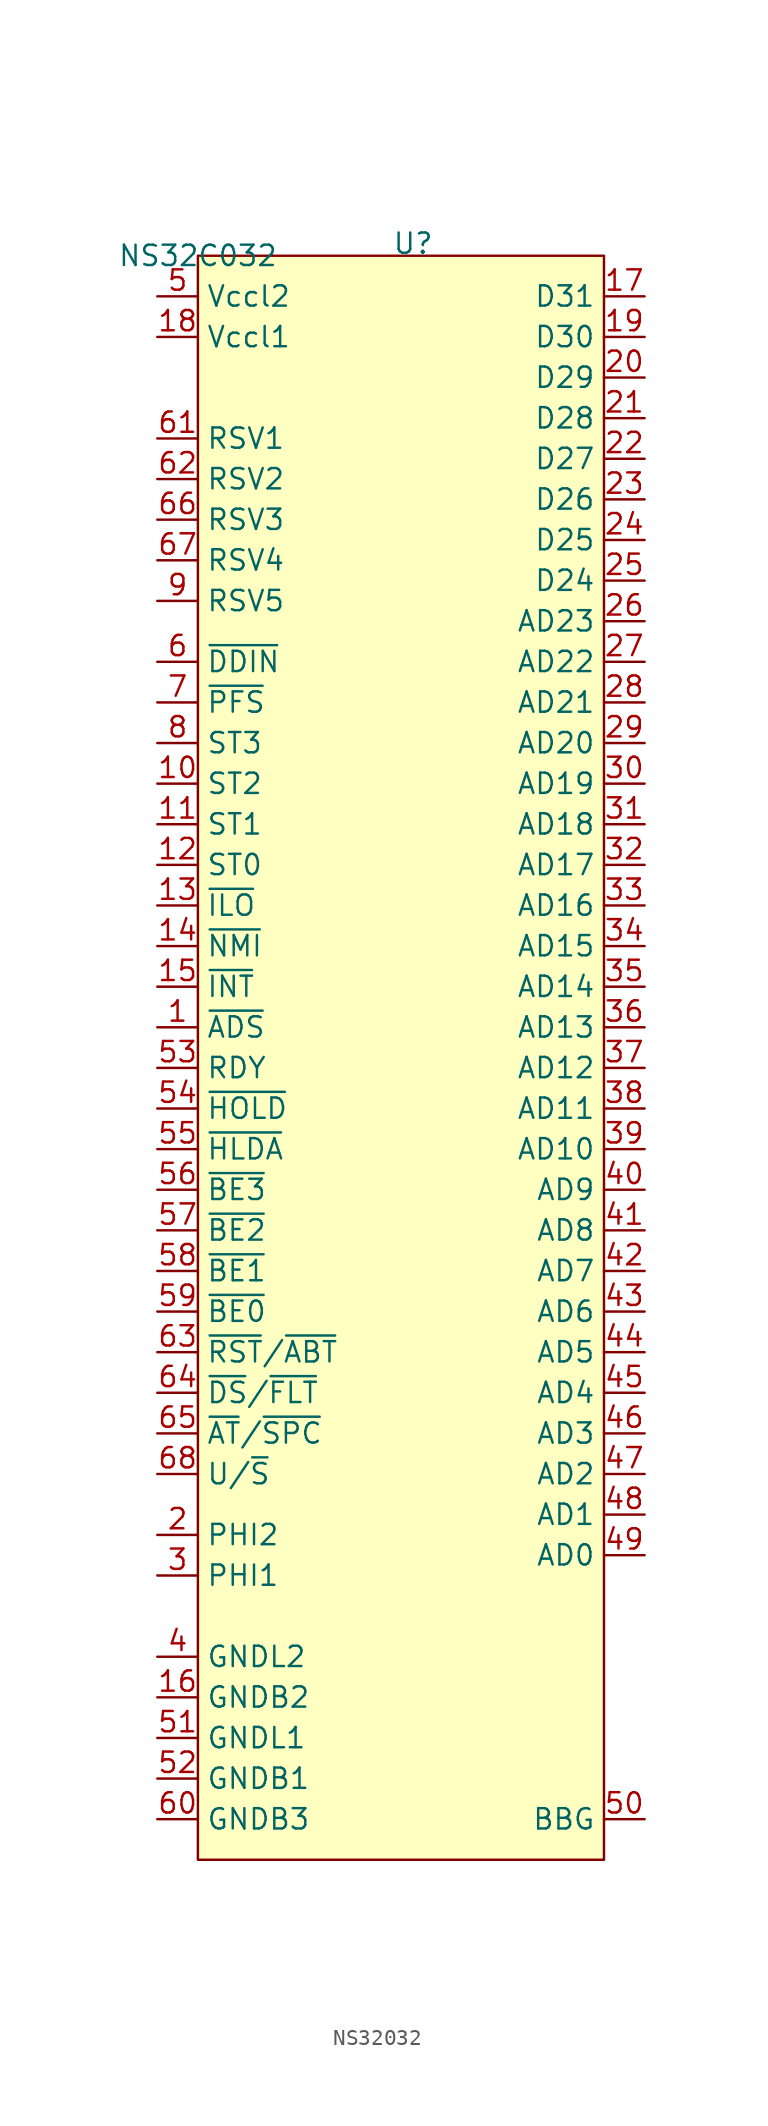
<source format=kicad_sym>
(kicad_symbol_lib
  (version 20241209)
  (generator "kicad_symbol_editor")
  (generator_version "9.0")
  (symbol "NS32032 "
    (property "Reference" "U"
      (at 13.462 0.762 0)
      (effects (font (size 1.27 1.27))))
    (property "Value" "NS32C032"
      (at 0 0 0)
      (effects (font (size 1.27 1.27))))
    (symbol "NS32032 _1_1"
      (rectangle (start 0 0) (end 25.4 -100.33) (stroke (width 0) (type solid)) (fill (type background)))
      (pin power_in line (at -2.54 -2.54 0) (length 2.54) (name "Vccl2" (effects (font (size 1.27 1.27)))) (number "5" (effects (font (size 1.27 1.27)))))
      (pin power_in line (at -2.54 -5.08 0) (length 2.54) (name "Vccl1" (effects (font (size 1.27 1.27)))) (number "18" (effects (font (size 1.27 1.27)))))
      (pin input line (at -2.54 -11.43 0) (length 2.54) (name "RSV1" (effects (font (size 1.27 1.27)))) (number "61" (effects (font (size 1.27 1.27)))))
      (pin unspecified line (at -2.54 -13.97 0) (length 2.54) (name "RSV2" (effects (font (size 1.27 1.27)))) (number "62" (effects (font (size 1.27 1.27)))))
      (pin unspecified line (at -2.54 -16.51 0) (length 2.54) (name "RSV3" (effects (font (size 1.27 1.27)))) (number "66" (effects (font (size 1.27 1.27)))))
      (pin unspecified line (at -2.54 -19.05 0) (length 2.54) (name "RSV4" (effects (font (size 1.27 1.27)))) (number "67" (effects (font (size 1.27 1.27)))))
      (pin unspecified line (at -2.54 -21.59 0) (length 2.54) (name "RSV5" (effects (font (size 1.27 1.27)))) (number "9" (effects (font (size 1.27 1.27)))))
      (pin output line (at -2.54 -25.4 0) (length 2.54) (name "~{DDIN}" (effects (font (size 1.27 1.27)))) (number "6" (effects (font (size 1.27 1.27)))))
      (pin output line (at -2.54 -27.94 0) (length 2.54) (name "~{PFS}" (effects (font (size 1.27 1.27)))) (number "7" (effects (font (size 1.27 1.27)))))
      (pin output line (at -2.54 -30.48 0) (length 2.54) (name "ST3" (effects (font (size 1.27 1.27)))) (number "8" (effects (font (size 1.27 1.27)))))
      (pin output line (at -2.54 -33.02 0) (length 2.54) (name "ST2" (effects (font (size 1.27 1.27)))) (number "10" (effects (font (size 1.27 1.27)))))
      (pin output line (at -2.54 -35.56 0) (length 2.54) (name "ST1" (effects (font (size 1.27 1.27)))) (number "11" (effects (font (size 1.27 1.27)))))
      (pin output line (at -2.54 -38.1 0) (length 2.54) (name "ST0" (effects (font (size 1.27 1.27)))) (number "12" (effects (font (size 1.27 1.27)))))
      (pin output line (at -2.54 -40.64 0) (length 2.54) (name "~{ILO}" (effects (font (size 1.27 1.27)))) (number "13" (effects (font (size 1.27 1.27)))))
      (pin input line (at -2.54 -43.18 0) (length 2.54) (name "~{NMI}" (effects (font (size 1.27 1.27)))) (number "14" (effects (font (size 1.27 1.27)))))
      (pin input line (at -2.54 -45.72 0) (length 2.54) (name "~{INT}" (effects (font (size 1.27 1.27)))) (number "15" (effects (font (size 1.27 1.27)))))
      (pin output line (at -2.54 -48.26 0) (length 2.54) (name "~{ADS}" (effects (font (size 1.27 1.27)))) (number "1" (effects (font (size 1.27 1.27)))))
      (pin input line (at -2.54 -50.8 0) (length 2.54) (name "RDY" (effects (font (size 1.27 1.27)))) (number "53" (effects (font (size 1.27 1.27)))))
      (pin input line (at -2.54 -53.34 0) (length 2.54) (name "~{HOLD}" (effects (font (size 1.27 1.27)))) (number "54" (effects (font (size 1.27 1.27)))))
      (pin output line (at -2.54 -55.88 0) (length 2.54) (name "~{HLDA}" (effects (font (size 1.27 1.27)))) (number "55" (effects (font (size 1.27 1.27)))))
      (pin output line (at -2.54 -58.42 0) (length 2.54) (name "~{BE3}" (effects (font (size 1.27 1.27)))) (number "56" (effects (font (size 1.27 1.27)))))
      (pin output line (at -2.54 -60.96 0) (length 2.54) (name "~{BE2}" (effects (font (size 1.27 1.27)))) (number "57" (effects (font (size 1.27 1.27)))))
      (pin output line (at -2.54 -63.5 0) (length 2.54) (name "~{BE1}" (effects (font (size 1.27 1.27)))) (number "58" (effects (font (size 1.27 1.27)))))
      (pin output line (at -2.54 -66.04 0) (length 2.54) (name "~{BE0}" (effects (font (size 1.27 1.27)))) (number "59" (effects (font (size 1.27 1.27)))))
      (pin input line (at -2.54 -68.58 0) (length 2.54) (name "~{RST}/~{ABT}" (effects (font (size 1.27 1.27)))) (number "63" (effects (font (size 1.27 1.27)))))
      (pin output line (at -2.54 -71.12 0) (length 2.54) (name "~{DS}/~{FLT}" (effects (font (size 1.27 1.27)))) (number "64" (effects (font (size 1.27 1.27)))))
      (pin output line (at -2.54 -73.66 0) (length 2.54) (name "~{AT}/~{SPC}" (effects (font (size 1.27 1.27)))) (number "65" (effects (font (size 1.27 1.27)))))
      (pin output line (at -2.54 -76.2 0) (length 2.54) (name "U/~{S}" (effects (font (size 1.27 1.27)))) (number "68" (effects (font (size 1.27 1.27)))))
      (pin input line (at -2.54 -80.01 0) (length 2.54) (name "PHI2" (effects (font (size 1.27 1.27)))) (number "2" (effects (font (size 1.27 1.27)))))
      (pin input line (at -2.54 -82.55 0) (length 2.54) (name "PHI1" (effects (font (size 1.27 1.27)))) (number "3" (effects (font (size 1.27 1.27)))))
      (pin power_in line (at -2.54 -87.63 0) (length 2.54) (name "GNDL2" (effects (font (size 1.27 1.27)))) (number "4" (effects (font (size 1.27 1.27)))))
      (pin power_in line (at -2.54 -90.17 0) (length 2.54) (name "GNDB2" (effects (font (size 1.27 1.27)))) (number "16" (effects (font (size 1.27 1.27)))))
      (pin power_in line (at -2.54 -92.71 0) (length 2.54) (name "GNDL1" (effects (font (size 1.27 1.27)))) (number "51" (effects (font (size 1.27 1.27)))))
      (pin power_in line (at -2.54 -95.25 0) (length 2.54) (name "GNDB1" (effects (font (size 1.27 1.27)))) (number "52" (effects (font (size 1.27 1.27)))))
      (pin power_in line (at -2.54 -97.79 0) (length 2.54) (name "GNDB3" (effects (font (size 1.27 1.27)))) (number "60" (effects (font (size 1.27 1.27)))))
      (pin bidirectional line (at 27.94 -2.54 180) (length 2.54) (name "D31" (effects (font (size 1.27 1.27)))) (number "17" (effects (font (size 1.27 1.27)))))
      (pin bidirectional line (at 27.94 -5.08 180) (length 2.54) (name "D30" (effects (font (size 1.27 1.27)))) (number "19" (effects (font (size 1.27 1.27)))))
      (pin bidirectional line (at 27.94 -7.62 180) (length 2.54) (name "D29" (effects (font (size 1.27 1.27)))) (number "20" (effects (font (size 1.27 1.27)))))
      (pin bidirectional line (at 27.94 -10.16 180) (length 2.54) (name "D28" (effects (font (size 1.27 1.27)))) (number "21" (effects (font (size 1.27 1.27)))))
      (pin bidirectional line (at 27.94 -12.7 180) (length 2.54) (name "D27" (effects (font (size 1.27 1.27)))) (number "22" (effects (font (size 1.27 1.27)))))
      (pin bidirectional line (at 27.94 -15.24 180) (length 2.54) (name "D26" (effects (font (size 1.27 1.27)))) (number "23" (effects (font (size 1.27 1.27)))))
      (pin bidirectional line (at 27.94 -17.78 180) (length 2.54) (name "D25" (effects (font (size 1.27 1.27)))) (number "24" (effects (font (size 1.27 1.27)))))
      (pin bidirectional line (at 27.94 -20.32 180) (length 2.54) (name "D24" (effects (font (size 1.27 1.27)))) (number "25" (effects (font (size 1.27 1.27)))))
      (pin bidirectional line (at 27.94 -22.86 180) (length 2.54) (name "AD23" (effects (font (size 1.27 1.27)))) (number "26" (effects (font (size 1.27 1.27)))))
      (pin bidirectional line (at 27.94 -25.4 180) (length 2.54) (name "AD22" (effects (font (size 1.27 1.27)))) (number "27" (effects (font (size 1.27 1.27)))))
      (pin bidirectional line (at 27.94 -27.94 180) (length 2.54) (name "AD21" (effects (font (size 1.27 1.27)))) (number "28" (effects (font (size 1.27 1.27)))))
      (pin bidirectional line (at 27.94 -30.48 180) (length 2.54) (name "AD20" (effects (font (size 1.27 1.27)))) (number "29" (effects (font (size 1.27 1.27)))))
      (pin bidirectional line (at 27.94 -33.02 180) (length 2.54) (name "AD19" (effects (font (size 1.27 1.27)))) (number "30" (effects (font (size 1.27 1.27)))))
      (pin bidirectional line (at 27.94 -35.56 180) (length 2.54) (name "AD18" (effects (font (size 1.27 1.27)))) (number "31" (effects (font (size 1.27 1.27)))))
      (pin bidirectional line (at 27.94 -38.1 180) (length 2.54) (name "AD17" (effects (font (size 1.27 1.27)))) (number "32" (effects (font (size 1.27 1.27)))))
      (pin bidirectional line (at 27.94 -40.64 180) (length 2.54) (name "AD16" (effects (font (size 1.27 1.27)))) (number "33" (effects (font (size 1.27 1.27)))))
      (pin bidirectional line (at 27.94 -43.18 180) (length 2.54) (name "AD15" (effects (font (size 1.27 1.27)))) (number "34" (effects (font (size 1.27 1.27)))))
      (pin bidirectional line (at 27.94 -45.72 180) (length 2.54) (name "AD14" (effects (font (size 1.27 1.27)))) (number "35" (effects (font (size 1.27 1.27)))))
      (pin bidirectional line (at 27.94 -48.26 180) (length 2.54) (name "AD13" (effects (font (size 1.27 1.27)))) (number "36" (effects (font (size 1.27 1.27)))))
      (pin bidirectional line (at 27.94 -50.8 180) (length 2.54) (name "AD12" (effects (font (size 1.27 1.27)))) (number "37" (effects (font (size 1.27 1.27)))))
      (pin bidirectional line (at 27.94 -53.34 180) (length 2.54) (name "AD11" (effects (font (size 1.27 1.27)))) (number "38" (effects (font (size 1.27 1.27)))))
      (pin bidirectional line (at 27.94 -55.88 180) (length 2.54) (name "AD10" (effects (font (size 1.27 1.27)))) (number "39" (effects (font (size 1.27 1.27)))))
      (pin bidirectional line (at 27.94 -58.42 180) (length 2.54) (name "AD9" (effects (font (size 1.27 1.27)))) (number "40" (effects (font (size 1.27 1.27)))))
      (pin bidirectional line (at 27.94 -60.96 180) (length 2.54) (name "AD8" (effects (font (size 1.27 1.27)))) (number "41" (effects (font (size 1.27 1.27)))))
      (pin bidirectional line (at 27.94 -63.5 180) (length 2.54) (name "AD7" (effects (font (size 1.27 1.27)))) (number "42" (effects (font (size 1.27 1.27)))))
      (pin bidirectional line (at 27.94 -66.04 180) (length 2.54) (name "AD6" (effects (font (size 1.27 1.27)))) (number "43" (effects (font (size 1.27 1.27)))))
      (pin bidirectional line (at 27.94 -68.58 180) (length 2.54) (name "AD5" (effects (font (size 1.27 1.27)))) (number "44" (effects (font (size 1.27 1.27)))))
      (pin bidirectional line (at 27.94 -71.12 180) (length 2.54) (name "AD4" (effects (font (size 1.27 1.27)))) (number "45" (effects (font (size 1.27 1.27)))))
      (pin bidirectional line (at 27.94 -73.66 180) (length 2.54) (name "AD3" (effects (font (size 1.27 1.27)))) (number "46" (effects (font (size 1.27 1.27)))))
      (pin bidirectional line (at 27.94 -76.2 180) (length 2.54) (name "AD2" (effects (font (size 1.27 1.27)))) (number "47" (effects (font (size 1.27 1.27)))))
      (pin bidirectional line (at 27.94 -78.74 180) (length 2.54) (name "AD1" (effects (font (size 1.27 1.27)))) (number "48" (effects (font (size 1.27 1.27)))))
      (pin bidirectional line (at 27.94 -81.28 180) (length 2.54) (name "AD0" (effects (font (size 1.27 1.27)))) (number "49" (effects (font (size 1.27 1.27)))))
      (pin power_out line (at 27.94 -97.79 180) (length 2.54) (name "BBG" (effects (font (size 1.27 1.27)))) (number "50" (effects (font (size 1.27 1.27))))))))
</source>
